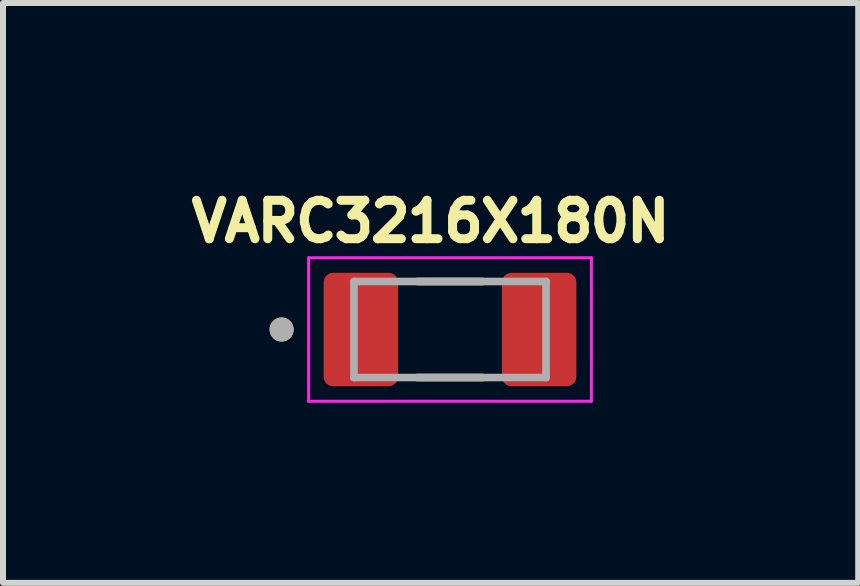
<source format=kicad_pcb>
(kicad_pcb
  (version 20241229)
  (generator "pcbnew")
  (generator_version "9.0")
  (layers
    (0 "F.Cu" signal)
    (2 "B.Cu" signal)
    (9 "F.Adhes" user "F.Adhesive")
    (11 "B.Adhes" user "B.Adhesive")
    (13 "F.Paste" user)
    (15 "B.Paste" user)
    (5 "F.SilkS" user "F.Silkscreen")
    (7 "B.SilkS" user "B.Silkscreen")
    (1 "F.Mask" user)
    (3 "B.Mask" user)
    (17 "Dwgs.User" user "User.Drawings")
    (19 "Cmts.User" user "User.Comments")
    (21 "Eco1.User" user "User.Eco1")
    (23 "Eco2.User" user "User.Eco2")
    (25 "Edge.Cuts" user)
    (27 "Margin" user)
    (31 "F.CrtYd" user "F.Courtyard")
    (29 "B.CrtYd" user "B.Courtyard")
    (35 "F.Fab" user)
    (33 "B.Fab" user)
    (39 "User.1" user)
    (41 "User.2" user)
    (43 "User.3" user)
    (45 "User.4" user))
  (footprint "VARC3216X180N"
    (layer "F.Cu")
    (at 4.446 2.439)
    (property "Reference" "VARC3216X180N" (at -0.323 -1.801 0) (layer "F.SilkS") (effects (font (size 0.64 0.64) (thickness 0.15))))
    (attr smd)
    (fp_line (start -0.545 0.8) (end 0.545 0.8) (stroke (width 0.127) (type solid)) (layer "F.SilkS"))
    (fp_line (start 0.545 -0.8) (end -0.545 -0.8) (stroke (width 0.127) (type solid)) (layer "F.SilkS"))
    (fp_circle (center -2.805 0) (end -2.705 0) (stroke (width 0.2) (type solid)) (fill no) (layer "F.SilkS"))
    (fp_line (start -2.355 -1.195) (end -2.355 1.195) (stroke (width 0.05) (type solid)) (layer "F.CrtYd"))
    (fp_line (start -2.355 1.195) (end 2.355 1.195) (stroke (width 0.05) (type solid)) (layer "F.CrtYd"))
    (fp_line (start 2.355 -1.195) (end -2.355 -1.195) (stroke (width 0.05) (type solid)) (layer "F.CrtYd"))
    (fp_line (start 2.355 1.195) (end 2.355 -1.195) (stroke (width 0.05) (type solid)) (layer "F.CrtYd"))
    (fp_line (start -1.6 -0.8) (end -1.6 0.8) (stroke (width 0.127) (type solid)) (layer "F.Fab"))
    (fp_line (start -1.6 0.8) (end 1.6 0.8) (stroke (width 0.127) (type solid)) (layer "F.Fab"))
    (fp_line (start 1.6 -0.8) (end -1.6 -0.8) (stroke (width 0.127) (type solid)) (layer "F.Fab"))
    (fp_line (start 1.6 0.8) (end 1.6 -0.8) (stroke (width 0.127) (type solid)) (layer "F.Fab"))
    (fp_circle (center -2.805 0) (end -2.705 0) (stroke (width 0.2) (type solid)) (fill no) (layer "F.Fab"))
    (pad "1" smd roundrect (at -1.485 0) (size 1.24 1.89) (layers "F.Cu" "F.Mask" "F.Paste") (roundrect_rratio 0.125))
    (pad "2" smd roundrect (at 1.485 0) (size 1.24 1.89) (layers "F.Cu" "F.Mask" "F.Paste") (roundrect_rratio 0.125)))
  (gr_rect
    (start -3 -3)
    (end 11.246 6.659)
    (stroke (width 0.1) (type default))
    (fill no)
    (layer "Edge.Cuts")))
</source>
